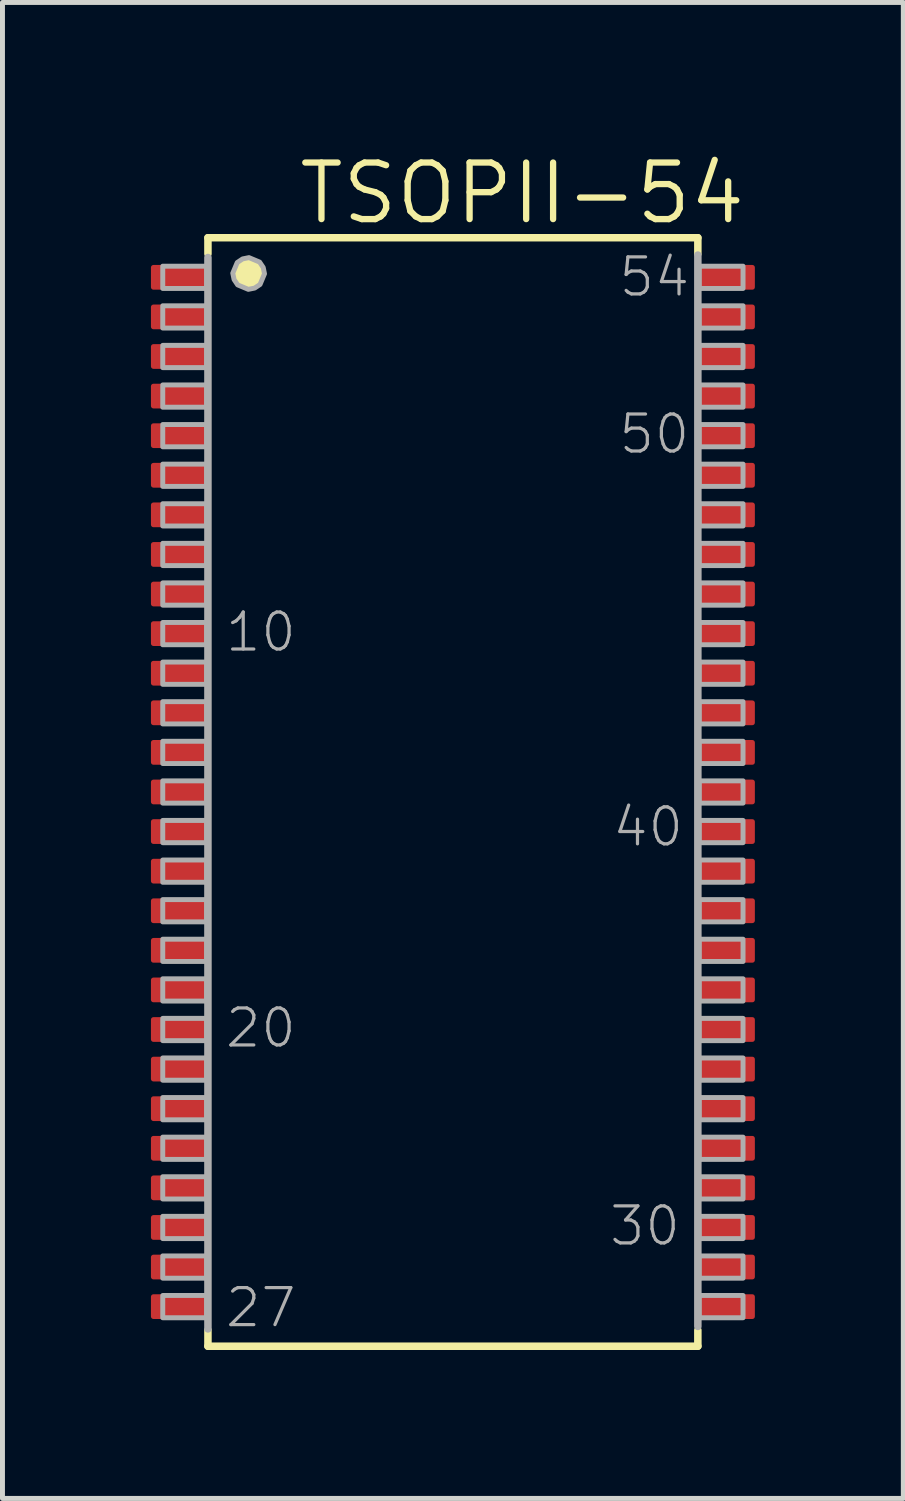
<source format=kicad_pcb>
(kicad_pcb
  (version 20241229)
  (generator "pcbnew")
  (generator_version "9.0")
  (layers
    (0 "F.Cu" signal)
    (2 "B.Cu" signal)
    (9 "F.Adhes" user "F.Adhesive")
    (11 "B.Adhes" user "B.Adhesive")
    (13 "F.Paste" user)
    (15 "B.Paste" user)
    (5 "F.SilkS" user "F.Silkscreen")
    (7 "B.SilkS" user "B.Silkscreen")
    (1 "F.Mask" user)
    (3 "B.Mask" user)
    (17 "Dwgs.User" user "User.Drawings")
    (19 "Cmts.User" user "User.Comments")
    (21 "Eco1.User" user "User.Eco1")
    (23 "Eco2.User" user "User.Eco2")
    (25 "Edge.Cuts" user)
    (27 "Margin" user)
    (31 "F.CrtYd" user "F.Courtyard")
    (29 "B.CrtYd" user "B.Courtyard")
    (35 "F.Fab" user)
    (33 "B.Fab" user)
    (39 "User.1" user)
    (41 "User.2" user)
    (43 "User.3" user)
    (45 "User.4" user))
  (footprint "TSOPII-54"
    (layer "F.Cu")
    (at 6.102 12.954)
    (property "Reference" "TSOPII-54" (at -3.175 -11.43 0) (layer "F.SilkS") (effects (font (size 1.143 1.143) (thickness 0.127)) (justify left bottom)))
    (attr smd)
    (fp_line (start -4.95 -11.2) (end -4.95 -10.875) (stroke (width 0.152) (type solid)) (layer "F.SilkS"))
    (fp_line (start -4.95 11.2) (end -4.95 10.875) (stroke (width 0.152) (type solid)) (layer "F.SilkS"))
    (fp_line (start -4.95 11.2) (end 4.95 11.2) (stroke (width 0.152) (type solid)) (layer "F.SilkS"))
    (fp_line (start 4.95 -11.2) (end -4.95 -11.2) (stroke (width 0.152) (type solid)) (layer "F.SilkS"))
    (fp_line (start 4.95 -11.2) (end 4.95 -10.875) (stroke (width 0.152) (type solid)) (layer "F.SilkS"))
    (fp_line (start 4.95 11.2) (end 4.95 10.875) (stroke (width 0.152) (type solid)) (layer "F.SilkS"))
    (fp_poly (pts (xy -3.906 -10.708) (xy -3.833 -10.599) (xy -3.807 -10.471) (xy -3.897 -10.256) (xy -4.006 -10.183) (xy -4.134 -10.157) (xy -4.349 -10.247) (xy -4.422 -10.356) (xy -4.448 -10.484) (xy -4.358 -10.699) (xy -4.249 -10.772) (xy -4.121 -10.798)) (stroke (width 0) (type default)) (fill yes) (layer "F.SilkS"))
    (fp_line (start -4.95 -10.8) (end -4.95 10.85) (stroke (width 0.152) (type solid)) (layer "F.Fab"))
    (fp_line (start 4.95 10.8) (end 4.95 -10.85) (stroke (width 0.152) (type solid)) (layer "F.Fab"))
    (fp_poly (pts (xy -5.863 -10.625) (xy -5.863 -10.175) (xy -4.975 -10.175) (xy -4.975 -10.625)) (stroke (width 0.1) (type default)) (fill no) (layer "F.Fab"))
    (fp_poly (pts (xy -5.863 -9.825) (xy -5.863 -9.375) (xy -4.975 -9.375) (xy -4.975 -9.825)) (stroke (width 0.1) (type default)) (fill no) (layer "F.Fab"))
    (fp_poly (pts (xy -5.863 -9.025) (xy -5.863 -8.575) (xy -4.975 -8.575) (xy -4.975 -9.025)) (stroke (width 0.1) (type default)) (fill no) (layer "F.Fab"))
    (fp_poly (pts (xy -5.863 -8.225) (xy -5.863 -7.775) (xy -4.975 -7.775) (xy -4.975 -8.225)) (stroke (width 0.1) (type default)) (fill no) (layer "F.Fab"))
    (fp_poly (pts (xy -5.863 -7.425) (xy -5.863 -6.975) (xy -4.975 -6.975) (xy -4.975 -7.425)) (stroke (width 0.1) (type default)) (fill no) (layer "F.Fab"))
    (fp_poly (pts (xy -5.863 -6.625) (xy -5.863 -6.175) (xy -4.975 -6.175) (xy -4.975 -6.625)) (stroke (width 0.1) (type default)) (fill no) (layer "F.Fab"))
    (fp_poly (pts (xy -5.863 -5.825) (xy -5.863 -5.375) (xy -4.975 -5.375) (xy -4.975 -5.825)) (stroke (width 0.1) (type default)) (fill no) (layer "F.Fab"))
    (fp_poly (pts (xy -5.863 -5.025) (xy -5.863 -4.575) (xy -4.975 -4.575) (xy -4.975 -5.025)) (stroke (width 0.1) (type default)) (fill no) (layer "F.Fab"))
    (fp_poly (pts (xy -5.863 -4.225) (xy -5.863 -3.775) (xy -4.975 -3.775) (xy -4.975 -4.225)) (stroke (width 0.1) (type default)) (fill no) (layer "F.Fab"))
    (fp_poly (pts (xy -5.863 -3.425) (xy -5.863 -2.975) (xy -4.975 -2.975) (xy -4.975 -3.425)) (stroke (width 0.1) (type default)) (fill no) (layer "F.Fab"))
    (fp_poly (pts (xy -5.863 -2.625) (xy -5.863 -2.175) (xy -4.975 -2.175) (xy -4.975 -2.625)) (stroke (width 0.1) (type default)) (fill no) (layer "F.Fab"))
    (fp_poly (pts (xy -5.863 -1.825) (xy -5.863 -1.375) (xy -4.975 -1.375) (xy -4.975 -1.825)) (stroke (width 0.1) (type default)) (fill no) (layer "F.Fab"))
    (fp_poly (pts (xy -5.863 -1.025) (xy -5.863 -0.575) (xy -4.975 -0.575) (xy -4.975 -1.025)) (stroke (width 0.1) (type default)) (fill no) (layer "F.Fab"))
    (fp_poly (pts (xy -5.863 -0.225) (xy -5.863 0.225) (xy -4.975 0.225) (xy -4.975 -0.225)) (stroke (width 0.1) (type default)) (fill no) (layer "F.Fab"))
    (fp_poly (pts (xy -5.863 0.575) (xy -5.863 1.025) (xy -4.975 1.025) (xy -4.975 0.575)) (stroke (width 0.1) (type default)) (fill no) (layer "F.Fab"))
    (fp_poly (pts (xy -5.863 1.375) (xy -5.863 1.825) (xy -4.975 1.825) (xy -4.975 1.375)) (stroke (width 0.1) (type default)) (fill no) (layer "F.Fab"))
    (fp_poly (pts (xy -5.863 2.175) (xy -5.863 2.625) (xy -4.975 2.625) (xy -4.975 2.175)) (stroke (width 0.1) (type default)) (fill no) (layer "F.Fab"))
    (fp_poly (pts (xy -5.863 2.975) (xy -5.863 3.425) (xy -4.975 3.425) (xy -4.975 2.975)) (stroke (width 0.1) (type default)) (fill no) (layer "F.Fab"))
    (fp_poly (pts (xy -5.863 3.775) (xy -5.863 4.225) (xy -4.975 4.225) (xy -4.975 3.775)) (stroke (width 0.1) (type default)) (fill no) (layer "F.Fab"))
    (fp_poly (pts (xy -5.863 4.575) (xy -5.863 5.025) (xy -4.975 5.025) (xy -4.975 4.575)) (stroke (width 0.1) (type default)) (fill no) (layer "F.Fab"))
    (fp_poly (pts (xy -5.863 5.375) (xy -5.863 5.825) (xy -4.975 5.825) (xy -4.975 5.375)) (stroke (width 0.1) (type default)) (fill no) (layer "F.Fab"))
    (fp_poly (pts (xy -5.863 6.175) (xy -5.863 6.625) (xy -4.975 6.625) (xy -4.975 6.175)) (stroke (width 0.1) (type default)) (fill no) (layer "F.Fab"))
    (fp_poly (pts (xy -5.863 6.975) (xy -5.863 7.425) (xy -4.975 7.425) (xy -4.975 6.975)) (stroke (width 0.1) (type default)) (fill no) (layer "F.Fab"))
    (fp_poly (pts (xy -5.863 7.775) (xy -5.863 8.225) (xy -4.975 8.225) (xy -4.975 7.775)) (stroke (width 0.1) (type default)) (fill no) (layer "F.Fab"))
    (fp_poly (pts (xy -5.863 8.575) (xy -5.863 9.025) (xy -4.975 9.025) (xy -4.975 8.575)) (stroke (width 0.1) (type default)) (fill no) (layer "F.Fab"))
    (fp_poly (pts (xy -5.863 9.375) (xy -5.863 9.825) (xy -4.975 9.825) (xy -4.975 9.375)) (stroke (width 0.1) (type default)) (fill no) (layer "F.Fab"))
    (fp_poly (pts (xy -5.863 10.175) (xy -5.863 10.625) (xy -4.975 10.625) (xy -4.975 10.175)) (stroke (width 0.1) (type default)) (fill no) (layer "F.Fab"))
    (fp_poly (pts (xy 5.863 -10.175) (xy 5.863 -10.625) (xy 4.975 -10.625) (xy 4.975 -10.175)) (stroke (width 0.1) (type default)) (fill no) (layer "F.Fab"))
    (fp_poly (pts (xy 5.863 -9.375) (xy 5.863 -9.825) (xy 4.975 -9.825) (xy 4.975 -9.375)) (stroke (width 0.1) (type default)) (fill no) (layer "F.Fab"))
    (fp_poly (pts (xy 5.863 -8.575) (xy 5.863 -9.025) (xy 4.975 -9.025) (xy 4.975 -8.575)) (stroke (width 0.1) (type default)) (fill no) (layer "F.Fab"))
    (fp_poly (pts (xy 5.863 -7.775) (xy 5.863 -8.225) (xy 4.975 -8.225) (xy 4.975 -7.775)) (stroke (width 0.1) (type default)) (fill no) (layer "F.Fab"))
    (fp_poly (pts (xy 5.863 -6.975) (xy 5.863 -7.425) (xy 4.975 -7.425) (xy 4.975 -6.975)) (stroke (width 0.1) (type default)) (fill no) (layer "F.Fab"))
    (fp_poly (pts (xy 5.863 -6.175) (xy 5.863 -6.625) (xy 4.975 -6.625) (xy 4.975 -6.175)) (stroke (width 0.1) (type default)) (fill no) (layer "F.Fab"))
    (fp_poly (pts (xy 5.863 -5.375) (xy 5.863 -5.825) (xy 4.975 -5.825) (xy 4.975 -5.375)) (stroke (width 0.1) (type default)) (fill no) (layer "F.Fab"))
    (fp_poly (pts (xy 5.863 -4.575) (xy 5.863 -5.025) (xy 4.975 -5.025) (xy 4.975 -4.575)) (stroke (width 0.1) (type default)) (fill no) (layer "F.Fab"))
    (fp_poly (pts (xy 5.863 -3.775) (xy 5.863 -4.225) (xy 4.975 -4.225) (xy 4.975 -3.775)) (stroke (width 0.1) (type default)) (fill no) (layer "F.Fab"))
    (fp_poly (pts (xy 5.863 -2.975) (xy 5.863 -3.425) (xy 4.975 -3.425) (xy 4.975 -2.975)) (stroke (width 0.1) (type default)) (fill no) (layer "F.Fab"))
    (fp_poly (pts (xy 5.863 -2.175) (xy 5.863 -2.625) (xy 4.975 -2.625) (xy 4.975 -2.175)) (stroke (width 0.1) (type default)) (fill no) (layer "F.Fab"))
    (fp_poly (pts (xy 5.863 -1.375) (xy 5.863 -1.825) (xy 4.975 -1.825) (xy 4.975 -1.375)) (stroke (width 0.1) (type default)) (fill no) (layer "F.Fab"))
    (fp_poly (pts (xy 5.863 -0.575) (xy 5.863 -1.025) (xy 4.975 -1.025) (xy 4.975 -0.575)) (stroke (width 0.1) (type default)) (fill no) (layer "F.Fab"))
    (fp_poly (pts (xy 5.863 0.225) (xy 5.863 -0.225) (xy 4.975 -0.225) (xy 4.975 0.225)) (stroke (width 0.1) (type default)) (fill no) (layer "F.Fab"))
    (fp_poly (pts (xy 5.863 1.025) (xy 5.863 0.575) (xy 4.975 0.575) (xy 4.975 1.025)) (stroke (width 0.1) (type default)) (fill no) (layer "F.Fab"))
    (fp_poly (pts (xy 5.863 1.825) (xy 5.863 1.375) (xy 4.975 1.375) (xy 4.975 1.825)) (stroke (width 0.1) (type default)) (fill no) (layer "F.Fab"))
    (fp_poly (pts (xy 5.863 2.625) (xy 5.863 2.175) (xy 4.975 2.175) (xy 4.975 2.625)) (stroke (width 0.1) (type default)) (fill no) (layer "F.Fab"))
    (fp_poly (pts (xy 5.863 3.425) (xy 5.863 2.975) (xy 4.975 2.975) (xy 4.975 3.425)) (stroke (width 0.1) (type default)) (fill no) (layer "F.Fab"))
    (fp_poly (pts (xy 5.863 4.225) (xy 5.863 3.775) (xy 4.975 3.775) (xy 4.975 4.225)) (stroke (width 0.1) (type default)) (fill no) (layer "F.Fab"))
    (fp_poly (pts (xy 5.863 5.025) (xy 5.863 4.575) (xy 4.975 4.575) (xy 4.975 5.025)) (stroke (width 0.1) (type default)) (fill no) (layer "F.Fab"))
    (fp_poly (pts (xy 5.863 5.825) (xy 5.863 5.375) (xy 4.975 5.375) (xy 4.975 5.825)) (stroke (width 0.1) (type default)) (fill no) (layer "F.Fab"))
    (fp_poly (pts (xy 5.863 6.625) (xy 5.863 6.175) (xy 4.975 6.175) (xy 4.975 6.625)) (stroke (width 0.1) (type default)) (fill no) (layer "F.Fab"))
    (fp_poly (pts (xy 5.863 7.425) (xy 5.863 6.975) (xy 4.975 6.975) (xy 4.975 7.425)) (stroke (width 0.1) (type default)) (fill no) (layer "F.Fab"))
    (fp_poly (pts (xy 5.863 8.225) (xy 5.863 7.775) (xy 4.975 7.775) (xy 4.975 8.225)) (stroke (width 0.1) (type default)) (fill no) (layer "F.Fab"))
    (fp_poly (pts (xy 5.863 9.025) (xy 5.863 8.575) (xy 4.975 8.575) (xy 4.975 9.025)) (stroke (width 0.1) (type default)) (fill no) (layer "F.Fab"))
    (fp_poly (pts (xy 5.863 9.825) (xy 5.863 9.375) (xy 4.975 9.375) (xy 4.975 9.825)) (stroke (width 0.1) (type default)) (fill no) (layer "F.Fab"))
    (fp_poly (pts (xy 5.863 10.625) (xy 5.863 10.175) (xy 4.975 10.175) (xy 4.975 10.625)) (stroke (width 0.1) (type default)) (fill no) (layer "F.Fab"))
    (fp_poly (pts (xy -3.906 -10.708) (xy -3.833 -10.599) (xy -3.807 -10.471) (xy -3.897 -10.256) (xy -4.006 -10.183) (xy -4.134 -10.157) (xy -4.349 -10.247) (xy -4.422 -10.356) (xy -4.448 -10.484) (xy -4.358 -10.699) (xy -4.249 -10.772) (xy -4.121 -10.798)) (stroke (width 0.1) (type default)) (fill no) (layer "F.Fab"))
    (fp_text user "20" (at -4.636 5.207 0) (layer "F.Fab") (effects (font (size 0.748 0.748) (thickness 0.065)) (justify left bottom)))
    (fp_text user "30" (at 4.636 9.207 0) (layer "F.Fab") (effects (font (size 0.748 0.748) (thickness 0.065)) (justify right bottom)))
    (fp_text user "40" (at 4.699 1.143 0) (layer "F.Fab") (effects (font (size 0.748 0.748) (thickness 0.065)) (justify right bottom)))
    (fp_text user "50" (at 4.826 -6.795 0) (layer "F.Fab") (effects (font (size 0.748 0.748) (thickness 0.065)) (justify right bottom)))
    (fp_text user "10" (at -4.636 -2.794 0) (layer "F.Fab") (effects (font (size 0.748 0.748) (thickness 0.065)) (justify left bottom)))
    (fp_text user "54" (at 4.826 -9.97 0) (layer "F.Fab") (effects (font (size 0.748 0.748) (thickness 0.065)) (justify right bottom)))
    (fp_text user "27" (at -4.636 10.858 0) (layer "F.Fab") (effects (font (size 0.748 0.748) (thickness 0.065)) (justify left bottom)))
    (pad "1" smd roundrect (at -5.502 -10.4 270) (size 0.5 1.2) (layers "F.Cu" "F.Mask" "F.Paste") (roundrect_rratio 0.102))
    (pad "2" smd roundrect (at -5.502 -9.6 270) (size 0.5 1.2) (layers "F.Cu" "F.Mask" "F.Paste") (roundrect_rratio 0.102))
    (pad "3" smd roundrect (at -5.502 -8.8 270) (size 0.5 1.2) (layers "F.Cu" "F.Mask" "F.Paste") (roundrect_rratio 0.102))
    (pad "4" smd roundrect (at -5.502 -8 270) (size 0.5 1.2) (layers "F.Cu" "F.Mask" "F.Paste") (roundrect_rratio 0.102))
    (pad "5" smd roundrect (at -5.502 -7.2 270) (size 0.5 1.2) (layers "F.Cu" "F.Mask" "F.Paste") (roundrect_rratio 0.102))
    (pad "6" smd roundrect (at -5.502 -6.4 270) (size 0.5 1.2) (layers "F.Cu" "F.Mask" "F.Paste") (roundrect_rratio 0.102))
    (pad "7" smd roundrect (at -5.502 -5.6 270) (size 0.5 1.2) (layers "F.Cu" "F.Mask" "F.Paste") (roundrect_rratio 0.102))
    (pad "8" smd roundrect (at -5.502 -4.8 270) (size 0.5 1.2) (layers "F.Cu" "F.Mask" "F.Paste") (roundrect_rratio 0.102))
    (pad "9" smd roundrect (at -5.502 -4 270) (size 0.5 1.2) (layers "F.Cu" "F.Mask" "F.Paste") (roundrect_rratio 0.102))
    (pad "10" smd roundrect (at -5.502 -3.2 270) (size 0.5 1.2) (layers "F.Cu" "F.Mask" "F.Paste") (roundrect_rratio 0.102))
    (pad "11" smd roundrect (at -5.502 -2.4 270) (size 0.5 1.2) (layers "F.Cu" "F.Mask" "F.Paste") (roundrect_rratio 0.102))
    (pad "12" smd roundrect (at -5.502 -1.6 270) (size 0.5 1.2) (layers "F.Cu" "F.Mask" "F.Paste") (roundrect_rratio 0.102))
    (pad "13" smd roundrect (at -5.502 -0.8 270) (size 0.5 1.2) (layers "F.Cu" "F.Mask" "F.Paste") (roundrect_rratio 0.102))
    (pad "14" smd roundrect (at -5.502 0 270) (size 0.5 1.2) (layers "F.Cu" "F.Mask" "F.Paste") (roundrect_rratio 0.102))
    (pad "15" smd roundrect (at -5.502 0.8 270) (size 0.5 1.2) (layers "F.Cu" "F.Mask" "F.Paste") (roundrect_rratio 0.102))
    (pad "16" smd roundrect (at -5.502 1.6 270) (size 0.5 1.2) (layers "F.Cu" "F.Mask" "F.Paste") (roundrect_rratio 0.102))
    (pad "17" smd roundrect (at -5.502 2.4 270) (size 0.5 1.2) (layers "F.Cu" "F.Mask" "F.Paste") (roundrect_rratio 0.102))
    (pad "18" smd roundrect (at -5.502 3.2 270) (size 0.5 1.2) (layers "F.Cu" "F.Mask" "F.Paste") (roundrect_rratio 0.102))
    (pad "19" smd roundrect (at -5.502 4 270) (size 0.5 1.2) (layers "F.Cu" "F.Mask" "F.Paste") (roundrect_rratio 0.102))
    (pad "20" smd roundrect (at -5.502 4.8 270) (size 0.5 1.2) (layers "F.Cu" "F.Mask" "F.Paste") (roundrect_rratio 0.102))
    (pad "21" smd roundrect (at -5.502 5.6 270) (size 0.5 1.2) (layers "F.Cu" "F.Mask" "F.Paste") (roundrect_rratio 0.102))
    (pad "22" smd roundrect (at -5.502 6.4 270) (size 0.5 1.2) (layers "F.Cu" "F.Mask" "F.Paste") (roundrect_rratio 0.102))
    (pad "23" smd roundrect (at -5.502 7.2 270) (size 0.5 1.2) (layers "F.Cu" "F.Mask" "F.Paste") (roundrect_rratio 0.102))
    (pad "24" smd roundrect (at -5.502 8 270) (size 0.5 1.2) (layers "F.Cu" "F.Mask" "F.Paste") (roundrect_rratio 0.102))
    (pad "25" smd roundrect (at -5.502 8.8 270) (size 0.5 1.2) (layers "F.Cu" "F.Mask" "F.Paste") (roundrect_rratio 0.102))
    (pad "26" smd roundrect (at -5.502 9.6 270) (size 0.5 1.2) (layers "F.Cu" "F.Mask" "F.Paste") (roundrect_rratio 0.102))
    (pad "27" smd roundrect (at -5.502 10.4 270) (size 0.5 1.2) (layers "F.Cu" "F.Mask" "F.Paste") (roundrect_rratio 0.102))
    (pad "28" smd roundrect (at 5.502 10.4 90) (size 0.5 1.2) (layers "F.Cu" "F.Mask" "F.Paste") (roundrect_rratio 0.102))
    (pad "29" smd roundrect (at 5.502 9.6 90) (size 0.5 1.2) (layers "F.Cu" "F.Mask" "F.Paste") (roundrect_rratio 0.102))
    (pad "30" smd roundrect (at 5.502 8.8 90) (size 0.5 1.2) (layers "F.Cu" "F.Mask" "F.Paste") (roundrect_rratio 0.102))
    (pad "31" smd roundrect (at 5.502 8 90) (size 0.5 1.2) (layers "F.Cu" "F.Mask" "F.Paste") (roundrect_rratio 0.102))
    (pad "32" smd roundrect (at 5.502 7.2 90) (size 0.5 1.2) (layers "F.Cu" "F.Mask" "F.Paste") (roundrect_rratio 0.102))
    (pad "33" smd roundrect (at 5.502 6.4 90) (size 0.5 1.2) (layers "F.Cu" "F.Mask" "F.Paste") (roundrect_rratio 0.102))
    (pad "34" smd roundrect (at 5.502 5.6 90) (size 0.5 1.2) (layers "F.Cu" "F.Mask" "F.Paste") (roundrect_rratio 0.102))
    (pad "35" smd roundrect (at 5.502 4.8 90) (size 0.5 1.2) (layers "F.Cu" "F.Mask" "F.Paste") (roundrect_rratio 0.102))
    (pad "36" smd roundrect (at 5.502 4 90) (size 0.5 1.2) (layers "F.Cu" "F.Mask" "F.Paste") (roundrect_rratio 0.102))
    (pad "37" smd roundrect (at 5.502 3.2 90) (size 0.5 1.2) (layers "F.Cu" "F.Mask" "F.Paste") (roundrect_rratio 0.102))
    (pad "38" smd roundrect (at 5.502 2.4 90) (size 0.5 1.2) (layers "F.Cu" "F.Mask" "F.Paste") (roundrect_rratio 0.102))
    (pad "39" smd roundrect (at 5.502 1.6 90) (size 0.5 1.2) (layers "F.Cu" "F.Mask" "F.Paste") (roundrect_rratio 0.102))
    (pad "40" smd roundrect (at 5.502 0.8 90) (size 0.5 1.2) (layers "F.Cu" "F.Mask" "F.Paste") (roundrect_rratio 0.102))
    (pad "41" smd roundrect (at 5.502 0 90) (size 0.5 1.2) (layers "F.Cu" "F.Mask" "F.Paste") (roundrect_rratio 0.102))
    (pad "42" smd roundrect (at 5.502 -0.8 90) (size 0.5 1.2) (layers "F.Cu" "F.Mask" "F.Paste") (roundrect_rratio 0.102))
    (pad "43" smd roundrect (at 5.502 -1.6 90) (size 0.5 1.2) (layers "F.Cu" "F.Mask" "F.Paste") (roundrect_rratio 0.102))
    (pad "44" smd roundrect (at 5.502 -2.4 90) (size 0.5 1.2) (layers "F.Cu" "F.Mask" "F.Paste") (roundrect_rratio 0.102))
    (pad "45" smd roundrect (at 5.502 -3.2 90) (size 0.5 1.2) (layers "F.Cu" "F.Mask" "F.Paste") (roundrect_rratio 0.102))
    (pad "46" smd roundrect (at 5.502 -4 90) (size 0.5 1.2) (layers "F.Cu" "F.Mask" "F.Paste") (roundrect_rratio 0.102))
    (pad "47" smd roundrect (at 5.502 -4.8 90) (size 0.5 1.2) (layers "F.Cu" "F.Mask" "F.Paste") (roundrect_rratio 0.102))
    (pad "48" smd roundrect (at 5.502 -5.6 90) (size 0.5 1.2) (layers "F.Cu" "F.Mask" "F.Paste") (roundrect_rratio 0.102))
    (pad "49" smd roundrect (at 5.502 -6.4 90) (size 0.5 1.2) (layers "F.Cu" "F.Mask" "F.Paste") (roundrect_rratio 0.102))
    (pad "50" smd roundrect (at 5.502 -7.2 90) (size 0.5 1.2) (layers "F.Cu" "F.Mask" "F.Paste") (roundrect_rratio 0.102))
    (pad "51" smd roundrect (at 5.502 -8 90) (size 0.5 1.2) (layers "F.Cu" "F.Mask" "F.Paste") (roundrect_rratio 0.102))
    (pad "52" smd roundrect (at 5.502 -8.8 90) (size 0.5 1.2) (layers "F.Cu" "F.Mask" "F.Paste") (roundrect_rratio 0.102))
    (pad "53" smd roundrect (at 5.502 -9.6 90) (size 0.5 1.2) (layers "F.Cu" "F.Mask" "F.Paste") (roundrect_rratio 0.102))
    (pad "54" smd roundrect (at 5.502 -10.4 90) (size 0.5 1.2) (layers "F.Cu" "F.Mask" "F.Paste") (roundrect_rratio 0.102)))
  (gr_rect
    (start -3 -3)
    (end 15.204 27.23)
    (stroke (width 0.1) (type default))
    (fill no)
    (layer "Edge.Cuts")))
</source>
